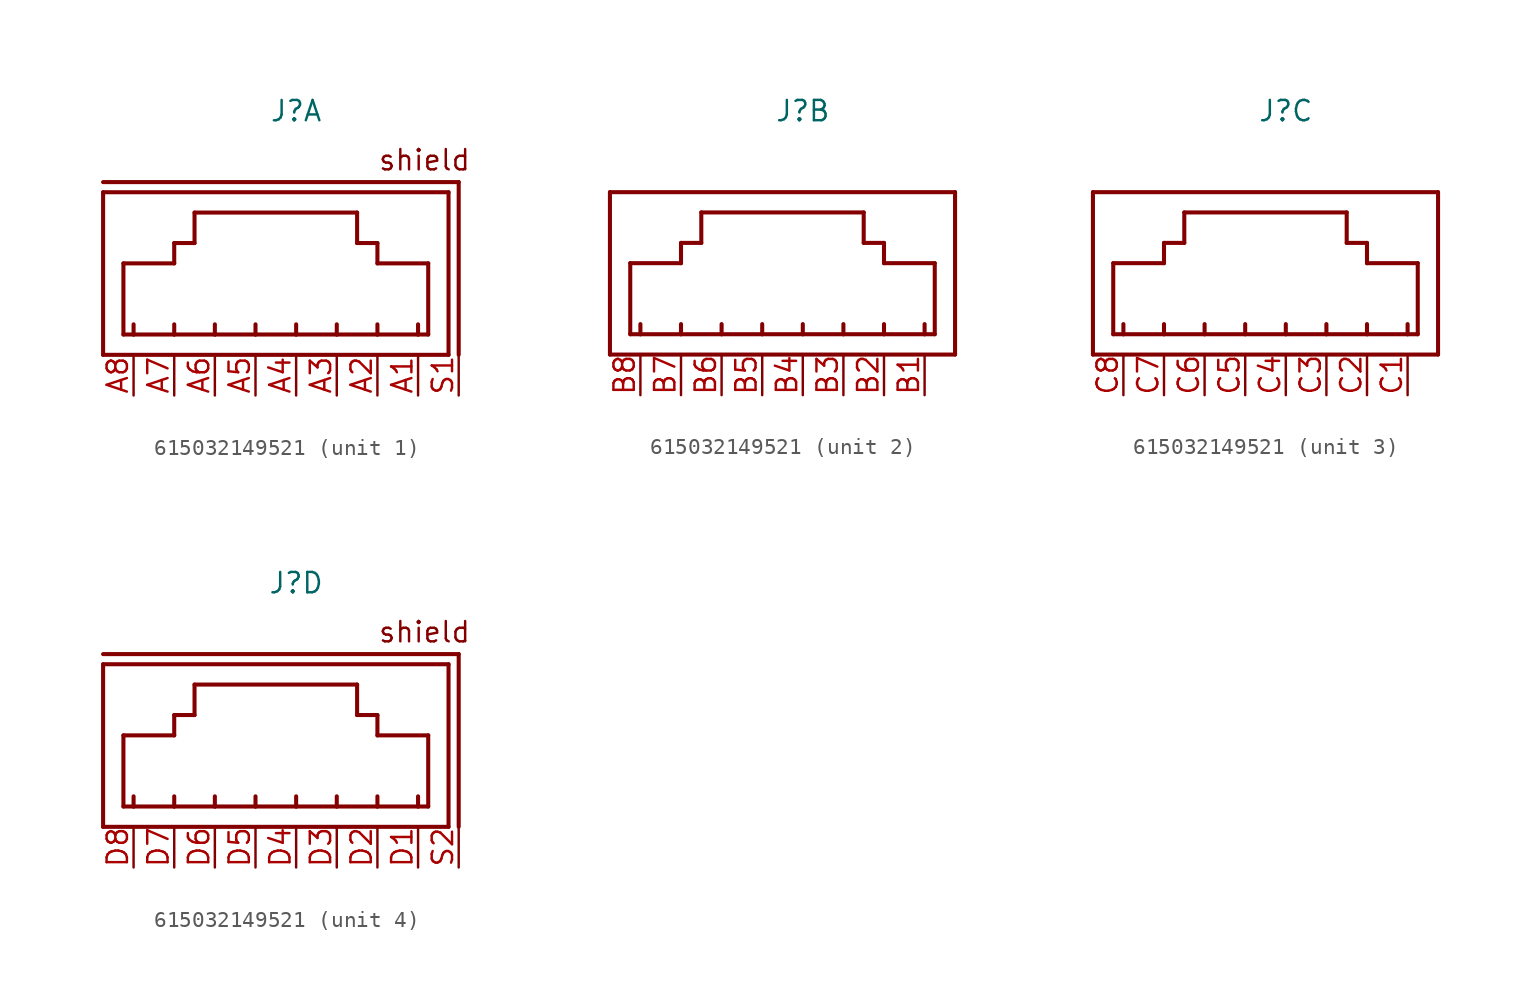
<source format=kicad_sym>
(kicad_symbol_lib
  (version 20241209)
  (generator "kicad_symbol_editor")
  (generator_version "9.0")
  (symbol "615032149521"
    (pin_names
      (hide yes))
    (property "Reference" "J"
      (at 0 10.16 0)
      (effects (font (size 1.27 1.27))))
    (property "ki_locked" ""
      (at 0 0 0)
      (effects (font (size 1.27 1.27))))
    (symbol "615032149521_1_0"
      (polyline (pts (xy -12.065 5.715) (xy 10.16 5.715)) (stroke (width 0.254) (type solid)) (fill (type none)))
      (polyline (pts (xy -12.065 5.08) (xy 9.525 5.08)) (stroke (width 0.254) (type solid)) (fill (type none)))
      (polyline (pts (xy -12.065 -5.08) (xy -12.065 5.08)) (stroke (width 0.254) (type solid)) (fill (type none)))
      (polyline (pts (xy -10.795 0.635) (xy -7.62 0.635)) (stroke (width 0.254) (type solid)) (fill (type none)))
      (polyline (pts (xy -10.795 -3.81) (xy -10.795 0.635)) (stroke (width 0.254) (type solid)) (fill (type none)))
      (polyline (pts (xy -10.16 -3.81) (xy -10.795 -3.81)) (stroke (width 0.254) (type solid)) (fill (type none)))
      (polyline (pts (xy -10.16 -3.81) (xy -10.16 -3.175)) (stroke (width 0.254) (type solid)) (fill (type none)))
      (polyline (pts (xy -7.62 1.905) (xy -6.35 1.905)) (stroke (width 0.254) (type solid)) (fill (type none)))
      (polyline (pts (xy -7.62 0.635) (xy -7.62 1.905)) (stroke (width 0.254) (type solid)) (fill (type none)))
      (polyline (pts (xy -7.62 -3.81) (xy -10.16 -3.81)) (stroke (width 0.254) (type solid)) (fill (type none)))
      (polyline (pts (xy -7.62 -3.81) (xy -7.62 -3.175)) (stroke (width 0.254) (type solid)) (fill (type none)))
      (polyline (pts (xy -6.35 3.81) (xy 3.81 3.81)) (stroke (width 0.254) (type solid)) (fill (type none)))
      (polyline (pts (xy -6.35 1.905) (xy -6.35 3.81)) (stroke (width 0.254) (type solid)) (fill (type none)))
      (polyline (pts (xy -5.08 -3.81) (xy -7.62 -3.81)) (stroke (width 0.254) (type solid)) (fill (type none)))
      (polyline (pts (xy -5.08 -3.81) (xy -5.08 -3.175)) (stroke (width 0.254) (type solid)) (fill (type none)))
      (polyline (pts (xy -2.54 -3.81) (xy -5.08 -3.81)) (stroke (width 0.254) (type solid)) (fill (type none)))
      (polyline (pts (xy -2.54 -3.81) (xy -2.54 -3.175)) (stroke (width 0.254) (type solid)) (fill (type none)))
      (polyline (pts (xy 0 -3.81) (xy -2.54 -3.81)) (stroke (width 0.254) (type solid)) (fill (type none)))
      (polyline (pts (xy 0 -3.81) (xy 0 -3.175)) (stroke (width 0.254) (type solid)) (fill (type none)))
      (polyline (pts (xy 2.54 -3.81) (xy 0 -3.81)) (stroke (width 0.254) (type solid)) (fill (type none)))
      (polyline (pts (xy 2.54 -3.81) (xy 2.54 -3.175)) (stroke (width 0.254) (type solid)) (fill (type none)))
      (polyline (pts (xy 3.81 1.905) (xy 3.81 3.81)) (stroke (width 0.254) (type solid)) (fill (type none)))
      (polyline (pts (xy 5.08 1.905) (xy 3.81 1.905)) (stroke (width 0.254) (type solid)) (fill (type none)))
      (polyline (pts (xy 5.08 0.635) (xy 5.08 1.905)) (stroke (width 0.254) (type solid)) (fill (type none)))
      (polyline (pts (xy 5.08 -3.81) (xy 2.54 -3.81)) (stroke (width 0.254) (type solid)) (fill (type none)))
      (polyline (pts (xy 5.08 -3.81) (xy 5.08 -3.175)) (stroke (width 0.254) (type solid)) (fill (type none)))
      (polyline (pts (xy 7.62 -3.81) (xy 5.08 -3.81)) (stroke (width 0.254) (type solid)) (fill (type none)))
      (polyline (pts (xy 7.62 -3.81) (xy 7.62 -3.175)) (stroke (width 0.254) (type solid)) (fill (type none)))
      (polyline (pts (xy 8.255 0.635) (xy 5.08 0.635)) (stroke (width 0.254) (type solid)) (fill (type none)))
      (polyline (pts (xy 8.255 0.635) (xy 8.255 -3.81)) (stroke (width 0.254) (type solid)) (fill (type none)))
      (polyline (pts (xy 8.255 -3.81) (xy 7.62 -3.81)) (stroke (width 0.254) (type solid)) (fill (type none)))
      (polyline (pts (xy 9.525 5.08) (xy 9.525 -5.08)) (stroke (width 0.254) (type solid)) (fill (type none)))
      (polyline (pts (xy 9.525 -5.08) (xy -12.065 -5.08)) (stroke (width 0.254) (type solid)) (fill (type none)))
      (polyline (pts (xy 10.16 5.715) (xy 10.16 -5.08)) (stroke (width 0.254) (type solid)) (fill (type none)))
      (pin passive line (at -10.16 -7.62 90) (length 2.54) (name "8" (effects (font (size 1.27 1.27)))) (number "A8" (effects (font (size 1.27 1.27)))))
      (pin passive line (at -7.62 -7.62 90) (length 2.54) (name "7" (effects (font (size 1.27 1.27)))) (number "A7" (effects (font (size 1.27 1.27)))))
      (pin passive line (at -5.08 -7.62 90) (length 2.54) (name "6" (effects (font (size 1.27 1.27)))) (number "A6" (effects (font (size 1.27 1.27)))))
      (pin passive line (at -2.54 -7.62 90) (length 2.54) (name "5" (effects (font (size 1.27 1.27)))) (number "A5" (effects (font (size 1.27 1.27)))))
      (pin passive line (at 0 -7.62 90) (length 2.54) (name "4" (effects (font (size 1.27 1.27)))) (number "A4" (effects (font (size 1.27 1.27)))))
      (pin passive line (at 2.54 -7.62 90) (length 2.54) (name "3" (effects (font (size 1.27 1.27)))) (number "A3" (effects (font (size 1.27 1.27)))))
      (pin passive line (at 5.08 -7.62 90) (length 2.54) (name "2" (effects (font (size 1.27 1.27)))) (number "A2" (effects (font (size 1.27 1.27)))))
      (pin passive line (at 7.62 -7.62 90) (length 2.54) (name "1" (effects (font (size 1.27 1.27)))) (number "A1" (effects (font (size 1.27 1.27)))))
      (pin passive line (at 10.16 -7.62 90) (length 2.54) (name "SHIELD" (effects (font (size 1.27 1.27)))) (number "S1" (effects (font (size 1.27 1.27))))))
    (symbol "615032149521_1_1"
      (text "shield" (at 5.08 6.35 0) (effects (font (size 1.27 1.27)) (justify left bottom))))
    (symbol "615032149521_2_0"
      (polyline (pts (xy -12.065 5.08) (xy 9.525 5.08)) (stroke (width 0.254) (type solid)) (fill (type none)))
      (polyline (pts (xy -12.065 -5.08) (xy -12.065 5.08)) (stroke (width 0.254) (type solid)) (fill (type none)))
      (polyline (pts (xy -10.795 0.635) (xy -7.62 0.635)) (stroke (width 0.254) (type solid)) (fill (type none)))
      (polyline (pts (xy -10.795 -3.81) (xy -10.795 0.635)) (stroke (width 0.254) (type solid)) (fill (type none)))
      (polyline (pts (xy -10.16 -3.81) (xy -10.795 -3.81)) (stroke (width 0.254) (type solid)) (fill (type none)))
      (polyline (pts (xy -10.16 -3.81) (xy -10.16 -3.175)) (stroke (width 0.254) (type solid)) (fill (type none)))
      (polyline (pts (xy -7.62 1.905) (xy -6.35 1.905)) (stroke (width 0.254) (type solid)) (fill (type none)))
      (polyline (pts (xy -7.62 0.635) (xy -7.62 1.905)) (stroke (width 0.254) (type solid)) (fill (type none)))
      (polyline (pts (xy -7.62 -3.81) (xy -10.16 -3.81)) (stroke (width 0.254) (type solid)) (fill (type none)))
      (polyline (pts (xy -7.62 -3.81) (xy -7.62 -3.175)) (stroke (width 0.254) (type solid)) (fill (type none)))
      (polyline (pts (xy -6.35 3.81) (xy 3.81 3.81)) (stroke (width 0.254) (type solid)) (fill (type none)))
      (polyline (pts (xy -6.35 1.905) (xy -6.35 3.81)) (stroke (width 0.254) (type solid)) (fill (type none)))
      (polyline (pts (xy -5.08 -3.81) (xy -7.62 -3.81)) (stroke (width 0.254) (type solid)) (fill (type none)))
      (polyline (pts (xy -5.08 -3.81) (xy -5.08 -3.175)) (stroke (width 0.254) (type solid)) (fill (type none)))
      (polyline (pts (xy -2.54 -3.81) (xy -5.08 -3.81)) (stroke (width 0.254) (type solid)) (fill (type none)))
      (polyline (pts (xy -2.54 -3.81) (xy -2.54 -3.175)) (stroke (width 0.254) (type solid)) (fill (type none)))
      (polyline (pts (xy 0 -3.81) (xy -2.54 -3.81)) (stroke (width 0.254) (type solid)) (fill (type none)))
      (polyline (pts (xy 0 -3.81) (xy 0 -3.175)) (stroke (width 0.254) (type solid)) (fill (type none)))
      (polyline (pts (xy 2.54 -3.81) (xy 0 -3.81)) (stroke (width 0.254) (type solid)) (fill (type none)))
      (polyline (pts (xy 2.54 -3.81) (xy 2.54 -3.175)) (stroke (width 0.254) (type solid)) (fill (type none)))
      (polyline (pts (xy 3.81 1.905) (xy 3.81 3.81)) (stroke (width 0.254) (type solid)) (fill (type none)))
      (polyline (pts (xy 5.08 1.905) (xy 3.81 1.905)) (stroke (width 0.254) (type solid)) (fill (type none)))
      (polyline (pts (xy 5.08 0.635) (xy 5.08 1.905)) (stroke (width 0.254) (type solid)) (fill (type none)))
      (polyline (pts (xy 5.08 -3.81) (xy 2.54 -3.81)) (stroke (width 0.254) (type solid)) (fill (type none)))
      (polyline (pts (xy 5.08 -3.81) (xy 5.08 -3.175)) (stroke (width 0.254) (type solid)) (fill (type none)))
      (polyline (pts (xy 7.62 -3.81) (xy 5.08 -3.81)) (stroke (width 0.254) (type solid)) (fill (type none)))
      (polyline (pts (xy 7.62 -3.81) (xy 7.62 -3.175)) (stroke (width 0.254) (type solid)) (fill (type none)))
      (polyline (pts (xy 8.255 0.635) (xy 5.08 0.635)) (stroke (width 0.254) (type solid)) (fill (type none)))
      (polyline (pts (xy 8.255 0.635) (xy 8.255 -3.81)) (stroke (width 0.254) (type solid)) (fill (type none)))
      (polyline (pts (xy 8.255 -3.81) (xy 7.62 -3.81)) (stroke (width 0.254) (type solid)) (fill (type none)))
      (polyline (pts (xy 9.525 5.08) (xy 9.525 -5.08)) (stroke (width 0.254) (type solid)) (fill (type none)))
      (polyline (pts (xy 9.525 -5.08) (xy -12.065 -5.08)) (stroke (width 0.254) (type solid)) (fill (type none)))
      (pin passive line (at -10.16 -7.62 90) (length 2.54) (name "8" (effects (font (size 1.27 1.27)))) (number "B8" (effects (font (size 1.27 1.27)))))
      (pin passive line (at -7.62 -7.62 90) (length 2.54) (name "7" (effects (font (size 1.27 1.27)))) (number "B7" (effects (font (size 1.27 1.27)))))
      (pin passive line (at -5.08 -7.62 90) (length 2.54) (name "6" (effects (font (size 1.27 1.27)))) (number "B6" (effects (font (size 1.27 1.27)))))
      (pin passive line (at -2.54 -7.62 90) (length 2.54) (name "5" (effects (font (size 1.27 1.27)))) (number "B5" (effects (font (size 1.27 1.27)))))
      (pin passive line (at 0 -7.62 90) (length 2.54) (name "4" (effects (font (size 1.27 1.27)))) (number "B4" (effects (font (size 1.27 1.27)))))
      (pin passive line (at 2.54 -7.62 90) (length 2.54) (name "3" (effects (font (size 1.27 1.27)))) (number "B3" (effects (font (size 1.27 1.27)))))
      (pin passive line (at 5.08 -7.62 90) (length 2.54) (name "2" (effects (font (size 1.27 1.27)))) (number "B2" (effects (font (size 1.27 1.27)))))
      (pin passive line (at 7.62 -7.62 90) (length 2.54) (name "1" (effects (font (size 1.27 1.27)))) (number "B1" (effects (font (size 1.27 1.27))))))
    (symbol "615032149521_3_0"
      (polyline (pts (xy -12.065 5.08) (xy 9.525 5.08)) (stroke (width 0.254) (type solid)) (fill (type none)))
      (polyline (pts (xy -12.065 -5.08) (xy -12.065 5.08)) (stroke (width 0.254) (type solid)) (fill (type none)))
      (polyline (pts (xy -10.795 0.635) (xy -7.62 0.635)) (stroke (width 0.254) (type solid)) (fill (type none)))
      (polyline (pts (xy -10.795 -3.81) (xy -10.795 0.635)) (stroke (width 0.254) (type solid)) (fill (type none)))
      (polyline (pts (xy -10.16 -3.81) (xy -10.795 -3.81)) (stroke (width 0.254) (type solid)) (fill (type none)))
      (polyline (pts (xy -10.16 -3.81) (xy -10.16 -3.175)) (stroke (width 0.254) (type solid)) (fill (type none)))
      (polyline (pts (xy -7.62 1.905) (xy -6.35 1.905)) (stroke (width 0.254) (type solid)) (fill (type none)))
      (polyline (pts (xy -7.62 0.635) (xy -7.62 1.905)) (stroke (width 0.254) (type solid)) (fill (type none)))
      (polyline (pts (xy -7.62 -3.81) (xy -10.16 -3.81)) (stroke (width 0.254) (type solid)) (fill (type none)))
      (polyline (pts (xy -7.62 -3.81) (xy -7.62 -3.175)) (stroke (width 0.254) (type solid)) (fill (type none)))
      (polyline (pts (xy -6.35 3.81) (xy 3.81 3.81)) (stroke (width 0.254) (type solid)) (fill (type none)))
      (polyline (pts (xy -6.35 1.905) (xy -6.35 3.81)) (stroke (width 0.254) (type solid)) (fill (type none)))
      (polyline (pts (xy -5.08 -3.81) (xy -7.62 -3.81)) (stroke (width 0.254) (type solid)) (fill (type none)))
      (polyline (pts (xy -5.08 -3.81) (xy -5.08 -3.175)) (stroke (width 0.254) (type solid)) (fill (type none)))
      (polyline (pts (xy -2.54 -3.81) (xy -5.08 -3.81)) (stroke (width 0.254) (type solid)) (fill (type none)))
      (polyline (pts (xy -2.54 -3.81) (xy -2.54 -3.175)) (stroke (width 0.254) (type solid)) (fill (type none)))
      (polyline (pts (xy 0 -3.81) (xy -2.54 -3.81)) (stroke (width 0.254) (type solid)) (fill (type none)))
      (polyline (pts (xy 0 -3.81) (xy 0 -3.175)) (stroke (width 0.254) (type solid)) (fill (type none)))
      (polyline (pts (xy 2.54 -3.81) (xy 0 -3.81)) (stroke (width 0.254) (type solid)) (fill (type none)))
      (polyline (pts (xy 2.54 -3.81) (xy 2.54 -3.175)) (stroke (width 0.254) (type solid)) (fill (type none)))
      (polyline (pts (xy 3.81 1.905) (xy 3.81 3.81)) (stroke (width 0.254) (type solid)) (fill (type none)))
      (polyline (pts (xy 5.08 1.905) (xy 3.81 1.905)) (stroke (width 0.254) (type solid)) (fill (type none)))
      (polyline (pts (xy 5.08 0.635) (xy 5.08 1.905)) (stroke (width 0.254) (type solid)) (fill (type none)))
      (polyline (pts (xy 5.08 -3.81) (xy 2.54 -3.81)) (stroke (width 0.254) (type solid)) (fill (type none)))
      (polyline (pts (xy 5.08 -3.81) (xy 5.08 -3.175)) (stroke (width 0.254) (type solid)) (fill (type none)))
      (polyline (pts (xy 7.62 -3.81) (xy 5.08 -3.81)) (stroke (width 0.254) (type solid)) (fill (type none)))
      (polyline (pts (xy 7.62 -3.81) (xy 7.62 -3.175)) (stroke (width 0.254) (type solid)) (fill (type none)))
      (polyline (pts (xy 8.255 0.635) (xy 5.08 0.635)) (stroke (width 0.254) (type solid)) (fill (type none)))
      (polyline (pts (xy 8.255 0.635) (xy 8.255 -3.81)) (stroke (width 0.254) (type solid)) (fill (type none)))
      (polyline (pts (xy 8.255 -3.81) (xy 7.62 -3.81)) (stroke (width 0.254) (type solid)) (fill (type none)))
      (polyline (pts (xy 9.525 5.08) (xy 9.525 -5.08)) (stroke (width 0.254) (type solid)) (fill (type none)))
      (polyline (pts (xy 9.525 -5.08) (xy -12.065 -5.08)) (stroke (width 0.254) (type solid)) (fill (type none)))
      (pin passive line (at -10.16 -7.62 90) (length 2.54) (name "8" (effects (font (size 1.27 1.27)))) (number "C8" (effects (font (size 1.27 1.27)))))
      (pin passive line (at -7.62 -7.62 90) (length 2.54) (name "7" (effects (font (size 1.27 1.27)))) (number "C7" (effects (font (size 1.27 1.27)))))
      (pin passive line (at -5.08 -7.62 90) (length 2.54) (name "6" (effects (font (size 1.27 1.27)))) (number "C6" (effects (font (size 1.27 1.27)))))
      (pin passive line (at -2.54 -7.62 90) (length 2.54) (name "5" (effects (font (size 1.27 1.27)))) (number "C5" (effects (font (size 1.27 1.27)))))
      (pin passive line (at 0 -7.62 90) (length 2.54) (name "4" (effects (font (size 1.27 1.27)))) (number "C4" (effects (font (size 1.27 1.27)))))
      (pin passive line (at 2.54 -7.62 90) (length 2.54) (name "3" (effects (font (size 1.27 1.27)))) (number "C3" (effects (font (size 1.27 1.27)))))
      (pin passive line (at 5.08 -7.62 90) (length 2.54) (name "2" (effects (font (size 1.27 1.27)))) (number "C2" (effects (font (size 1.27 1.27)))))
      (pin passive line (at 7.62 -7.62 90) (length 2.54) (name "1" (effects (font (size 1.27 1.27)))) (number "C1" (effects (font (size 1.27 1.27))))))
    (symbol "615032149521_4_0"
      (polyline (pts (xy -12.065 5.715) (xy 10.16 5.715)) (stroke (width 0.254) (type solid)) (fill (type none)))
      (polyline (pts (xy -12.065 5.08) (xy 9.525 5.08)) (stroke (width 0.254) (type solid)) (fill (type none)))
      (polyline (pts (xy -12.065 -5.08) (xy -12.065 5.08)) (stroke (width 0.254) (type solid)) (fill (type none)))
      (polyline (pts (xy -10.795 0.635) (xy -7.62 0.635)) (stroke (width 0.254) (type solid)) (fill (type none)))
      (polyline (pts (xy -10.795 -3.81) (xy -10.795 0.635)) (stroke (width 0.254) (type solid)) (fill (type none)))
      (polyline (pts (xy -10.16 -3.81) (xy -10.795 -3.81)) (stroke (width 0.254) (type solid)) (fill (type none)))
      (polyline (pts (xy -10.16 -3.81) (xy -10.16 -3.175)) (stroke (width 0.254) (type solid)) (fill (type none)))
      (polyline (pts (xy -7.62 1.905) (xy -6.35 1.905)) (stroke (width 0.254) (type solid)) (fill (type none)))
      (polyline (pts (xy -7.62 0.635) (xy -7.62 1.905)) (stroke (width 0.254) (type solid)) (fill (type none)))
      (polyline (pts (xy -7.62 -3.81) (xy -10.16 -3.81)) (stroke (width 0.254) (type solid)) (fill (type none)))
      (polyline (pts (xy -7.62 -3.81) (xy -7.62 -3.175)) (stroke (width 0.254) (type solid)) (fill (type none)))
      (polyline (pts (xy -6.35 3.81) (xy 3.81 3.81)) (stroke (width 0.254) (type solid)) (fill (type none)))
      (polyline (pts (xy -6.35 1.905) (xy -6.35 3.81)) (stroke (width 0.254) (type solid)) (fill (type none)))
      (polyline (pts (xy -5.08 -3.81) (xy -7.62 -3.81)) (stroke (width 0.254) (type solid)) (fill (type none)))
      (polyline (pts (xy -5.08 -3.81) (xy -5.08 -3.175)) (stroke (width 0.254) (type solid)) (fill (type none)))
      (polyline (pts (xy -2.54 -3.81) (xy -5.08 -3.81)) (stroke (width 0.254) (type solid)) (fill (type none)))
      (polyline (pts (xy -2.54 -3.81) (xy -2.54 -3.175)) (stroke (width 0.254) (type solid)) (fill (type none)))
      (polyline (pts (xy 0 -3.81) (xy -2.54 -3.81)) (stroke (width 0.254) (type solid)) (fill (type none)))
      (polyline (pts (xy 0 -3.81) (xy 0 -3.175)) (stroke (width 0.254) (type solid)) (fill (type none)))
      (polyline (pts (xy 2.54 -3.81) (xy 0 -3.81)) (stroke (width 0.254) (type solid)) (fill (type none)))
      (polyline (pts (xy 2.54 -3.81) (xy 2.54 -3.175)) (stroke (width 0.254) (type solid)) (fill (type none)))
      (polyline (pts (xy 3.81 1.905) (xy 3.81 3.81)) (stroke (width 0.254) (type solid)) (fill (type none)))
      (polyline (pts (xy 5.08 1.905) (xy 3.81 1.905)) (stroke (width 0.254) (type solid)) (fill (type none)))
      (polyline (pts (xy 5.08 0.635) (xy 5.08 1.905)) (stroke (width 0.254) (type solid)) (fill (type none)))
      (polyline (pts (xy 5.08 -3.81) (xy 2.54 -3.81)) (stroke (width 0.254) (type solid)) (fill (type none)))
      (polyline (pts (xy 5.08 -3.81) (xy 5.08 -3.175)) (stroke (width 0.254) (type solid)) (fill (type none)))
      (polyline (pts (xy 7.62 -3.81) (xy 5.08 -3.81)) (stroke (width 0.254) (type solid)) (fill (type none)))
      (polyline (pts (xy 7.62 -3.81) (xy 7.62 -3.175)) (stroke (width 0.254) (type solid)) (fill (type none)))
      (polyline (pts (xy 8.255 0.635) (xy 5.08 0.635)) (stroke (width 0.254) (type solid)) (fill (type none)))
      (polyline (pts (xy 8.255 0.635) (xy 8.255 -3.81)) (stroke (width 0.254) (type solid)) (fill (type none)))
      (polyline (pts (xy 8.255 -3.81) (xy 7.62 -3.81)) (stroke (width 0.254) (type solid)) (fill (type none)))
      (polyline (pts (xy 9.525 5.08) (xy 9.525 -5.08)) (stroke (width 0.254) (type solid)) (fill (type none)))
      (polyline (pts (xy 9.525 -5.08) (xy -12.065 -5.08)) (stroke (width 0.254) (type solid)) (fill (type none)))
      (polyline (pts (xy 10.16 5.715) (xy 10.16 -5.08)) (stroke (width 0.254) (type solid)) (fill (type none)))
      (pin passive line (at -10.16 -7.62 90) (length 2.54) (name "8" (effects (font (size 1.27 1.27)))) (number "D8" (effects (font (size 1.27 1.27)))))
      (pin passive line (at -7.62 -7.62 90) (length 2.54) (name "7" (effects (font (size 1.27 1.27)))) (number "D7" (effects (font (size 1.27 1.27)))))
      (pin passive line (at -5.08 -7.62 90) (length 2.54) (name "6" (effects (font (size 1.27 1.27)))) (number "D6" (effects (font (size 1.27 1.27)))))
      (pin passive line (at -2.54 -7.62 90) (length 2.54) (name "5" (effects (font (size 1.27 1.27)))) (number "D5" (effects (font (size 1.27 1.27)))))
      (pin passive line (at 0 -7.62 90) (length 2.54) (name "4" (effects (font (size 1.27 1.27)))) (number "D4" (effects (font (size 1.27 1.27)))))
      (pin passive line (at 2.54 -7.62 90) (length 2.54) (name "3" (effects (font (size 1.27 1.27)))) (number "D3" (effects (font (size 1.27 1.27)))))
      (pin passive line (at 5.08 -7.62 90) (length 2.54) (name "2" (effects (font (size 1.27 1.27)))) (number "D2" (effects (font (size 1.27 1.27)))))
      (pin passive line (at 7.62 -7.62 90) (length 2.54) (name "1" (effects (font (size 1.27 1.27)))) (number "D1" (effects (font (size 1.27 1.27)))))
      (pin passive line (at 10.16 -7.62 90) (length 2.54) (name "SHIELD" (effects (font (size 1.27 1.27)))) (number "S2" (effects (font (size 1.27 1.27))))))
    (symbol "615032149521_4_1"
      (text "shield" (at 5.08 6.35 0) (effects (font (size 1.27 1.27)) (justify left bottom))))))
</source>
